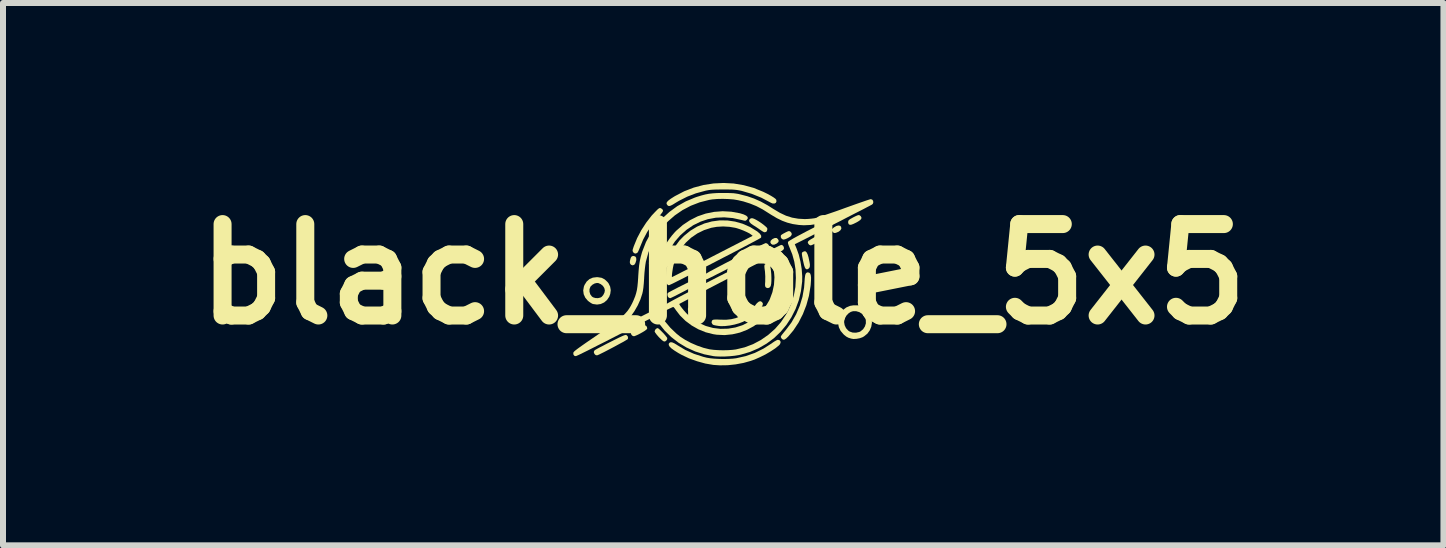
<source format=kicad_pcb>
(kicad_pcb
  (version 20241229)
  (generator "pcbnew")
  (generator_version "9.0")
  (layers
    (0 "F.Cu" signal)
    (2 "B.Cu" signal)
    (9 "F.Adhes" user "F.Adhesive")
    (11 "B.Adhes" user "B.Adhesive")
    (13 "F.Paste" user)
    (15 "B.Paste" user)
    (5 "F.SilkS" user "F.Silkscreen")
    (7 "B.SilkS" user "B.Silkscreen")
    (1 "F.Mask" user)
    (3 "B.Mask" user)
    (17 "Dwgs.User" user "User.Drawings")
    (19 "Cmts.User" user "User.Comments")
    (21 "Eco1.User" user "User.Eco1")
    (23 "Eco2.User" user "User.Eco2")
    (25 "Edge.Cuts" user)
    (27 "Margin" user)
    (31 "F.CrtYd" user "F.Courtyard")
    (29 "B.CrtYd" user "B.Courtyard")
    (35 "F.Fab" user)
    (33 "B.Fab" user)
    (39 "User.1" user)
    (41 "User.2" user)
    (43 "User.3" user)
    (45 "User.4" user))
  (footprint "black_hole_5x5"
    (layer "F.Cu")
    (at 9.006 1.52)
    (property "Reference" "black_hole_5x5" (at 0 0 0) (layer "F.SilkS") (effects (font (size 1.524 1.524) (thickness 0.3))))
    (attr board_only exclude_from_pos_files exclude_from_bom)
    (fp_poly (pts (xy 0.891 -0.602) (xy 0.913 -0.583) (xy 0.914 -0.581) (xy 0.925 -0.556) (xy 0.919 -0.535) (xy 0.896 -0.514) (xy 0.887 -0.508) (xy 0.849 -0.491) (xy 0.819 -0.492) (xy 0.797 -0.507) (xy 0.785 -0.532) (xy 0.792 -0.558) (xy 0.817 -0.582) (xy 0.824 -0.587) (xy 0.861 -0.603)) (stroke (width 0) (type solid)) (fill yes) (layer "F.SilkS"))
    (fp_poly (pts (xy 1.949 -0.806) (xy 1.964 -0.79) (xy 1.97 -0.762) (xy 1.956 -0.734) (xy 1.926 -0.709) (xy 1.916 -0.704) (xy 1.877 -0.688) (xy 1.85 -0.686) (xy 1.829 -0.698) (xy 1.823 -0.706) (xy 1.81 -0.728) (xy 1.811 -0.746) (xy 1.826 -0.764) (xy 1.848 -0.781) (xy 1.886 -0.803) (xy 1.921 -0.811)) (stroke (width 0) (type solid)) (fill yes) (layer "F.SilkS"))
    (fp_poly (pts (xy -1.467 -0.295) (xy -1.451 -0.273) (xy -1.449 -0.238) (xy -1.451 -0.226) (xy -1.464 -0.183) (xy -1.483 -0.156) (xy -1.509 -0.147) (xy -1.509 -0.147) (xy -1.534 -0.155) (xy -1.548 -0.169) (xy -1.556 -0.188) (xy -1.556 -0.213) (xy -1.552 -0.234) (xy -1.542 -0.271) (xy -1.528 -0.293) (xy -1.509 -0.302) (xy -1.494 -0.303)) (stroke (width 0) (type solid)) (fill yes) (layer "F.SilkS"))
    (fp_poly (pts (xy 0.644 0.463) (xy 0.649 0.469) (xy 0.661 0.49) (xy 0.658 0.515) (xy 0.641 0.547) (xy 0.615 0.58) (xy 0.585 0.609) (xy 0.561 0.623) (xy 0.54 0.622) (xy 0.526 0.613) (xy 0.509 0.592) (xy 0.507 0.568) (xy 0.52 0.538) (xy 0.548 0.5) (xy 0.565 0.481) (xy 0.595 0.457) (xy 0.62 0.451)) (stroke (width 0) (type solid)) (fill yes) (layer "F.SilkS"))
    (fp_poly (pts (xy -0.523 0.543) (xy -0.466 0.587) (xy -0.424 0.622) (xy -0.397 0.651) (xy -0.384 0.675) (xy -0.384 0.695) (xy -0.395 0.712) (xy -0.399 0.717) (xy -0.418 0.729) (xy -0.437 0.73) (xy -0.462 0.719) (xy -0.495 0.695) (xy -0.544 0.653) (xy -0.576 0.617) (xy -0.589 0.588) (xy -0.589 0.576) (xy -0.576 0.556) (xy -0.555 0.543) (xy -0.533 0.539)) (stroke (width 0) (type solid)) (fill yes) (layer "F.SilkS"))
    (fp_poly (pts (xy -0.995 0.379) (xy -0.98 0.401) (xy -0.979 0.426) (xy -0.983 0.441) (xy -0.994 0.455) (xy -1.015 0.47) (xy -1.051 0.49) (xy -1.06 0.495) (xy -1.112 0.521) (xy -1.151 0.534) (xy -1.18 0.536) (xy -1.199 0.526) (xy -1.2 0.526) (xy -1.21 0.504) (xy -1.21 0.478) (xy -1.204 0.463) (xy -1.19 0.452) (xy -1.163 0.435) (xy -1.128 0.416) (xy -1.092 0.398) (xy -1.058 0.382) (xy -1.032 0.373) (xy -1.023 0.371)) (stroke (width 0) (type solid)) (fill yes) (layer "F.SilkS"))
    (fp_poly (pts (xy 1.115 -0.712) (xy 1.119 -0.709) (xy 1.139 -0.686) (xy 1.142 -0.66) (xy 1.128 -0.635) (xy 1.126 -0.633) (xy 1.102 -0.616) (xy 1.07 -0.598) (xy 1.038 -0.584) (xy 1.012 -0.577) (xy 1.007 -0.576) (xy 0.985 -0.583) (xy 0.973 -0.592) (xy 0.959 -0.617) (xy 0.961 -0.645) (xy 0.965 -0.651) (xy 0.977 -0.66) (xy 1.001 -0.675) (xy 1.033 -0.692) (xy 1.034 -0.693) (xy 1.067 -0.709) (xy 1.088 -0.717) (xy 1.102 -0.717)) (stroke (width 0) (type solid)) (fill yes) (layer "F.SilkS"))
    (fp_poly (pts (xy 2.275 -0.981) (xy 2.288 -0.97) (xy 2.291 -0.968) (xy 2.304 -0.946) (xy 2.302 -0.924) (xy 2.284 -0.902) (xy 2.249 -0.878) (xy 2.219 -0.861) (xy 2.172 -0.838) (xy 2.138 -0.825) (xy 2.115 -0.822) (xy 2.098 -0.828) (xy 2.091 -0.835) (xy 2.083 -0.854) (xy 2.083 -0.876) (xy 2.087 -0.891) (xy 2.097 -0.904) (xy 2.118 -0.919) (xy 2.152 -0.938) (xy 2.164 -0.945) (xy 2.208 -0.967) (xy 2.238 -0.98) (xy 2.259 -0.985)) (stroke (width 0) (type solid)) (fill yes) (layer "F.SilkS"))
    (fp_poly (pts (xy -1.289 0.858) (xy -1.272 0.879) (xy -1.267 0.904) (xy -1.269 0.912) (xy -1.281 0.925) (xy -1.306 0.944) (xy -1.34 0.965) (xy -1.379 0.987) (xy -1.419 1.008) (xy -1.455 1.024) (xy -1.482 1.034) (xy -1.492 1.035) (xy -1.514 1.027) (xy -1.529 1.012) (xy -1.539 0.989) (xy -1.535 0.969) (xy -1.521 0.955) (xy -1.494 0.937) (xy -1.459 0.915) (xy -1.419 0.894) (xy -1.38 0.874) (xy -1.345 0.859) (xy -1.32 0.851) (xy -1.314 0.85)) (stroke (width 0) (type solid)) (fill yes) (layer "F.SilkS"))
    (fp_poly (pts (xy -1.08 0.906) (xy -1.059 0.924) (xy -1.032 0.95) (xy -1.003 0.979) (xy -0.975 1.01) (xy -0.952 1.038) (xy -0.936 1.059) (xy -0.935 1.061) (xy -0.933 1.081) (xy -0.944 1.102) (xy -0.964 1.119) (xy -0.981 1.123) (xy -0.999 1.117) (xy -1.024 1.098) (xy -1.058 1.065) (xy -1.074 1.049) (xy -1.108 1.01) (xy -1.132 0.978) (xy -1.143 0.957) (xy -1.143 0.953) (xy -1.135 0.928) (xy -1.116 0.908) (xy -1.092 0.899) (xy -1.092 0.899)) (stroke (width 0) (type solid)) (fill yes) (layer "F.SilkS"))
    (fp_poly (pts (xy 1.372 -0.38) (xy 1.391 -0.362) (xy 1.408 -0.327) (xy 1.424 -0.273) (xy 1.425 -0.265) (xy 1.438 -0.205) (xy 1.445 -0.161) (xy 1.444 -0.129) (xy 1.437 -0.108) (xy 1.424 -0.093) (xy 1.403 -0.081) (xy 1.387 -0.081) (xy 1.37 -0.095) (xy 1.37 -0.095) (xy 1.36 -0.114) (xy 1.348 -0.15) (xy 1.336 -0.201) (xy 1.329 -0.233) (xy 1.319 -0.283) (xy 1.313 -0.318) (xy 1.311 -0.34) (xy 1.312 -0.353) (xy 1.316 -0.361) (xy 1.324 -0.368) (xy 1.35 -0.381)) (stroke (width 0) (type solid)) (fill yes) (layer "F.SilkS"))
    (fp_poly (pts (xy 0.512 -0.924) (xy 0.55 -0.905) (xy 0.592 -0.88) (xy 0.634 -0.852) (xy 0.673 -0.823) (xy 0.705 -0.796) (xy 0.727 -0.775) (xy 0.734 -0.764) (xy 0.735 -0.745) (xy 0.729 -0.723) (xy 0.719 -0.707) (xy 0.712 -0.703) (xy 0.697 -0.7) (xy 0.692 -0.698) (xy 0.678 -0.701) (xy 0.654 -0.714) (xy 0.625 -0.733) (xy 0.588 -0.759) (xy 0.544 -0.789) (xy 0.505 -0.813) (xy 0.462 -0.843) (xy 0.437 -0.87) (xy 0.431 -0.894) (xy 0.439 -0.913) (xy 0.458 -0.929) (xy 0.481 -0.933)) (stroke (width 0) (type solid)) (fill yes) (layer "F.SilkS"))
    (fp_poly (pts (xy -1.012 -0.238) (xy -0.995 -0.228) (xy -0.985 -0.209) (xy -0.983 -0.181) (xy -0.987 -0.138) (xy -0.991 -0.111) (xy -0.998 -0.062) (xy -1.003 -0.003) (xy -1.006 0.055) (xy -1.006 0.073) (xy -1.007 0.126) (xy -1.011 0.163) (xy -1.017 0.183) (xy -1.018 0.184) (xy -1.041 0.194) (xy -1.068 0.192) (xy -1.089 0.18) (xy -1.097 0.162) (xy -1.102 0.128) (xy -1.104 0.082) (xy -1.104 0.029) (xy -1.102 -0.028) (xy -1.098 -0.085) (xy -1.091 -0.139) (xy -1.082 -0.184) (xy -1.078 -0.198) (xy -1.065 -0.219) (xy -1.043 -0.234) (xy -1.019 -0.24)) (stroke (width 0) (type solid)) (fill yes) (layer "F.SilkS"))
    (fp_poly (pts (xy 0.763 -0.169) (xy 0.77 -0.164) (xy 0.78 -0.141) (xy 0.789 -0.102) (xy 0.796 -0.054) (xy 0.801 0.001) (xy 0.803 0.058) (xy 0.803 0.111) (xy 0.8 0.158) (xy 0.793 0.192) (xy 0.79 0.202) (xy 0.77 0.225) (xy 0.744 0.233) (xy 0.718 0.226) (xy 0.71 0.22) (xy 0.702 0.209) (xy 0.698 0.192) (xy 0.697 0.166) (xy 0.7 0.125) (xy 0.7 0.117) (xy 0.701 0.037) (xy 0.696 -0.044) (xy 0.694 -0.058) (xy 0.688 -0.103) (xy 0.686 -0.132) (xy 0.688 -0.15) (xy 0.693 -0.161) (xy 0.713 -0.172) (xy 0.739 -0.175)) (stroke (width 0) (type solid)) (fill yes) (layer "F.SilkS"))
    (fp_poly (pts (xy 0.38 0.696) (xy 0.389 0.72) (xy 0.389 0.739) (xy 0.384 0.757) (xy 0.371 0.771) (xy 0.345 0.786) (xy 0.33 0.794) (xy 0.265 0.819) (xy 0.19 0.84) (xy 0.11 0.856) (xy 0.032 0.865) (xy -0.038 0.867) (xy -0.073 0.864) (xy -0.118 0.857) (xy -0.147 0.851) (xy -0.166 0.845) (xy -0.178 0.837) (xy -0.18 0.834) (xy -0.194 0.809) (xy -0.19 0.781) (xy -0.181 0.768) (xy -0.171 0.762) (xy -0.155 0.758) (xy -0.13 0.757) (xy -0.091 0.757) (xy -0.046 0.759) (xy 0.051 0.76) (xy 0.134 0.751) (xy 0.209 0.733) (xy 0.272 0.708) (xy 0.321 0.69) (xy 0.357 0.686)) (stroke (width 0) (type solid)) (fill yes) (layer "F.SilkS"))
    (fp_poly (pts (xy 1.756 -0.718) (xy 1.763 -0.715) (xy 1.781 -0.703) (xy 1.787 -0.685) (xy 1.786 -0.672) (xy 1.784 -0.66) (xy 1.779 -0.649) (xy 1.769 -0.638) (xy 1.75 -0.625) (xy 1.722 -0.608) (xy 1.68 -0.586) (xy 1.631 -0.56) (xy 1.581 -0.533) (xy 1.535 -0.511) (xy 1.496 -0.493) (xy 1.47 -0.482) (xy 1.458 -0.479) (xy 1.436 -0.487) (xy 1.421 -0.503) (xy 1.41 -0.523) (xy 1.412 -0.538) (xy 1.419 -0.55) (xy 1.433 -0.562) (xy 1.461 -0.581) (xy 1.5 -0.604) (xy 1.549 -0.631) (xy 1.585 -0.65) (xy 1.64 -0.678) (xy 1.681 -0.698) (xy 1.71 -0.711) (xy 1.73 -0.718) (xy 1.745 -0.72)) (stroke (width 0) (type solid)) (fill yes) (layer "F.SilkS"))
    (fp_poly (pts (xy -1.614 1.015) (xy -1.592 1.036) (xy -1.586 1.063) (xy -1.591 1.082) (xy -1.601 1.09) (xy -1.626 1.105) (xy -1.663 1.127) (xy -1.71 1.152) (xy -1.763 1.181) (xy -1.82 1.212) (xy -1.879 1.243) (xy -1.936 1.273) (xy -1.988 1.3) (xy -2.035 1.323) (xy -2.071 1.341) (xy -2.096 1.351) (xy -2.101 1.353) (xy -2.122 1.351) (xy -2.139 1.339) (xy -2.156 1.312) (xy -2.155 1.286) (xy -2.142 1.268) (xy -2.129 1.26) (xy -2.101 1.244) (xy -2.06 1.222) (xy -2.009 1.196) (xy -1.951 1.165) (xy -1.887 1.133) (xy -1.879 1.129) (xy -1.806 1.092) (xy -1.748 1.063) (xy -1.703 1.042) (xy -1.67 1.027) (xy -1.646 1.018) (xy -1.629 1.013) (xy -1.619 1.013)) (stroke (width 0) (type solid)) (fill yes) (layer "F.SilkS"))
    (fp_poly (pts (xy -1.04 -1.099) (xy -1.018 -1.085) (xy -1.005 -1.067) (xy -1.004 -1.057) (xy -1.008 -1.043) (xy -1.02 -1.024) (xy -1.041 -0.997) (xy -1.073 -0.96) (xy -1.085 -0.946) (xy -1.185 -0.824) (xy -1.268 -0.702) (xy -1.335 -0.576) (xy -1.39 -0.443) (xy -1.391 -0.44) (xy -1.406 -0.403) (xy -1.42 -0.373) (xy -1.432 -0.356) (xy -1.433 -0.354) (xy -1.461 -0.343) (xy -1.486 -0.35) (xy -1.501 -0.366) (xy -1.508 -0.38) (xy -1.511 -0.393) (xy -1.508 -0.412) (xy -1.499 -0.44) (xy -1.49 -0.467) (xy -1.435 -0.601) (xy -1.365 -0.734) (xy -1.283 -0.86) (xy -1.193 -0.976) (xy -1.153 -1.019) (xy -1.117 -1.056) (xy -1.092 -1.081) (xy -1.074 -1.095) (xy -1.061 -1.102) (xy -1.05 -1.102)) (stroke (width 0) (type solid)) (fill yes) (layer "F.SilkS"))
    (fp_poly (pts (xy -0.37 0.057) (xy -0.353 0.077) (xy -0.347 0.102) (xy -0.351 0.116) (xy -0.361 0.124) (xy -0.387 0.14) (xy -0.424 0.161) (xy -0.471 0.187) (xy -0.524 0.217) (xy -0.582 0.248) (xy -0.642 0.28) (xy -0.701 0.311) (xy -0.756 0.339) (xy -0.804 0.364) (xy -0.844 0.383) (xy -0.872 0.396) (xy -0.886 0.401) (xy -0.886 0.401) (xy -0.9 0.395) (xy -0.913 0.388) (xy -0.925 0.369) (xy -0.93 0.343) (xy -0.927 0.32) (xy -0.922 0.313) (xy -0.909 0.304) (xy -0.881 0.289) (xy -0.842 0.268) (xy -0.793 0.243) (xy -0.738 0.214) (xy -0.679 0.185) (xy -0.62 0.155) (xy -0.562 0.127) (xy -0.508 0.101) (xy -0.462 0.078) (xy -0.425 0.062) (xy -0.401 0.051) (xy -0.393 0.049)) (stroke (width 0) (type solid)) (fill yes) (layer "F.SilkS"))
    (fp_poly (pts (xy 1.433 -0.025) (xy 1.449 -0.011) (xy 1.459 0.015) (xy 1.464 0.055) (xy 1.463 0.109) (xy 1.458 0.18) (xy 1.455 0.203) (xy 1.429 0.362) (xy 1.386 0.517) (xy 1.328 0.666) (xy 1.256 0.807) (xy 1.17 0.937) (xy 1.086 1.037) (xy 1.05 1.072) (xy 1.022 1.091) (xy 0.998 1.093) (xy 0.979 1.08) (xy 0.971 1.069) (xy 0.961 1.052) (xy 0.961 1.038) (xy 0.972 1.02) (xy 0.977 1.013) (xy 0.996 0.989) (xy 1.021 0.958) (xy 1.046 0.928) (xy 1.138 0.805) (xy 1.215 0.67) (xy 1.276 0.527) (xy 1.321 0.378) (xy 1.348 0.224) (xy 1.355 0.132) (xy 1.359 0.07) (xy 1.365 0.026) (xy 1.373 -0.004) (xy 1.386 -0.021) (xy 1.402 -0.029) (xy 1.411 -0.029)) (stroke (width 0) (type solid)) (fill yes) (layer "F.SilkS"))
    (fp_poly (pts (xy 0.135 -1.041) (xy 0.278 -1.015) (xy 0.34 -0.996) (xy 0.382 -0.976) (xy 0.406 -0.954) (xy 0.41 -0.931) (xy 0.394 -0.907) (xy 0.39 -0.903) (xy 0.379 -0.894) (xy 0.367 -0.89) (xy 0.35 -0.892) (xy 0.322 -0.899) (xy 0.305 -0.903) (xy 0.159 -0.935) (xy 0.016 -0.947) (xy -0.123 -0.941) (xy -0.257 -0.916) (xy -0.376 -0.876) (xy -0.499 -0.816) (xy -0.612 -0.739) (xy -0.715 -0.648) (xy -0.805 -0.545) (xy -0.88 -0.431) (xy -0.899 -0.393) (xy -0.928 -0.342) (xy -0.952 -0.309) (xy -0.973 -0.294) (xy -0.979 -0.293) (xy -0.989 -0.298) (xy -1.004 -0.308) (xy -1.02 -0.327) (xy -1.026 -0.345) (xy -1.019 -0.377) (xy -1.001 -0.42) (xy -0.974 -0.472) (xy -0.939 -0.528) (xy -0.899 -0.586) (xy -0.855 -0.644) (xy -0.809 -0.697) (xy -0.783 -0.724) (xy -0.673 -0.82) (xy -0.553 -0.9) (xy -0.426 -0.964) (xy -0.291 -1.01) (xy -0.152 -1.038) (xy -0.009 -1.049)) (stroke (width 0) (type solid)) (fill yes) (layer "F.SilkS"))
    (fp_poly (pts (xy 0.731 -0.511) (xy 0.748 -0.498) (xy 0.755 -0.488) (xy 0.76 -0.48) (xy 0.76 -0.47) (xy 0.755 -0.46) (xy 0.743 -0.448) (xy 0.724 -0.433) (xy 0.696 -0.414) (xy 0.657 -0.392) (xy 0.608 -0.364) (xy 0.546 -0.331) (xy 0.471 -0.292) (xy 0.381 -0.245) (xy 0.275 -0.191) (xy 0.234 -0.17) (xy 0.142 -0.123) (xy 0.055 -0.079) (xy -0.025 -0.038) (xy -0.097 -0.002) (xy -0.159 0.03) (xy -0.21 0.055) (xy -0.248 0.074) (xy -0.272 0.085) (xy -0.279 0.088) (xy -0.295 0.082) (xy -0.304 0.076) (xy -0.324 0.052) (xy -0.323 0.026) (xy -0.31 0.006) (xy -0.297 -0.003) (xy -0.269 -0.019) (xy -0.228 -0.043) (xy -0.175 -0.071) (xy -0.112 -0.105) (xy -0.041 -0.142) (xy 0.035 -0.182) (xy 0.115 -0.223) (xy 0.197 -0.266) (xy 0.28 -0.308) (xy 0.36 -0.349) (xy 0.437 -0.387) (xy 0.507 -0.423) (xy 0.571 -0.454) (xy 0.625 -0.48) (xy 0.667 -0.5) (xy 0.696 -0.513) (xy 0.71 -0.518) (xy 0.71 -0.518)) (stroke (width 0) (type solid)) (fill yes) (layer "F.SilkS"))
    (fp_poly (pts (xy -2.089 0.051) (xy -2.027 0.061) (xy -1.975 0.088) (xy -1.929 0.131) (xy -1.911 0.154) (xy -1.885 0.208) (xy -1.875 0.267) (xy -1.883 0.329) (xy -1.9 0.376) (xy -1.937 0.431) (xy -1.985 0.472) (xy -2.042 0.498) (xy -2.104 0.507) (xy -2.169 0.498) (xy -2.177 0.496) (xy -2.202 0.483) (xy -2.233 0.462) (xy -2.257 0.443) (xy -2.3 0.392) (xy -2.326 0.334) (xy -2.331 0.294) (xy -2.229 0.294) (xy -2.216 0.337) (xy -2.19 0.372) (xy -2.17 0.386) (xy -2.132 0.398) (xy -2.089 0.4) (xy -2.049 0.391) (xy -2.027 0.379) (xy -2 0.348) (xy -1.98 0.308) (xy -1.973 0.271) (xy -1.982 0.232) (xy -2.006 0.195) (xy -2.041 0.167) (xy -2.081 0.149) (xy -2.105 0.147) (xy -2.142 0.155) (xy -2.18 0.176) (xy -2.21 0.205) (xy -2.214 0.21) (xy -2.229 0.25) (xy -2.229 0.294) (xy -2.331 0.294) (xy -2.334 0.272) (xy -2.323 0.209) (xy -2.312 0.18) (xy -2.276 0.123) (xy -2.229 0.082) (xy -2.173 0.058) (xy -2.105 0.05)) (stroke (width 0) (type solid)) (fill yes) (layer "F.SilkS"))
    (fp_poly (pts (xy 0.939 1.101) (xy 0.954 1.119) (xy 0.956 1.144) (xy 0.943 1.172) (xy 0.927 1.189) (xy 0.866 1.238) (xy 0.79 1.288) (xy 0.705 1.338) (xy 0.614 1.383) (xy 0.524 1.423) (xy 0.459 1.446) (xy 0.338 1.48) (xy 0.208 1.504) (xy 0.075 1.518) (xy -0.056 1.52) (xy -0.165 1.513) (xy -0.299 1.49) (xy -0.436 1.452) (xy -0.572 1.403) (xy -0.698 1.343) (xy -0.751 1.313) (xy -0.816 1.272) (xy -0.864 1.237) (xy -0.894 1.207) (xy -0.908 1.181) (xy -0.907 1.159) (xy -0.897 1.145) (xy -0.878 1.135) (xy -0.852 1.137) (xy -0.817 1.152) (xy -0.77 1.18) (xy -0.768 1.182) (xy -0.633 1.263) (xy -0.486 1.329) (xy -0.33 1.379) (xy -0.274 1.393) (xy -0.219 1.402) (xy -0.151 1.409) (xy -0.073 1.413) (xy 0.008 1.415) (xy 0.087 1.413) (xy 0.158 1.409) (xy 0.216 1.402) (xy 0.376 1.366) (xy 0.527 1.313) (xy 0.672 1.241) (xy 0.811 1.152) (xy 0.818 1.146) (xy 0.852 1.123) (xy 0.883 1.105) (xy 0.906 1.095) (xy 0.911 1.094)) (stroke (width 0) (type solid)) (fill yes) (layer "F.SilkS"))
    (fp_poly (pts (xy 0.175 -1.511) (xy 0.342 -1.483) (xy 0.506 -1.438) (xy 0.664 -1.374) (xy 0.679 -1.367) (xy 0.742 -1.336) (xy 0.796 -1.306) (xy 0.84 -1.279) (xy 0.87 -1.257) (xy 0.884 -1.24) (xy 0.885 -1.239) (xy 0.887 -1.208) (xy 0.875 -1.187) (xy 0.852 -1.177) (xy 0.82 -1.179) (xy 0.793 -1.191) (xy 0.636 -1.274) (xy 0.475 -1.339) (xy 0.311 -1.387) (xy 0.302 -1.389) (xy 0.263 -1.397) (xy 0.228 -1.403) (xy 0.191 -1.407) (xy 0.149 -1.41) (xy 0.098 -1.411) (xy 0.033 -1.412) (xy 0 -1.412) (xy -0.072 -1.411) (xy -0.129 -1.41) (xy -0.174 -1.408) (xy -0.213 -1.405) (xy -0.248 -1.4) (xy -0.285 -1.393) (xy -0.302 -1.389) (xy -0.456 -1.347) (xy -0.599 -1.292) (xy -0.736 -1.223) (xy -0.795 -1.188) (xy -0.84 -1.16) (xy -0.873 -1.143) (xy -0.896 -1.136) (xy -0.913 -1.137) (xy -0.927 -1.146) (xy -0.931 -1.151) (xy -0.943 -1.169) (xy -0.945 -1.187) (xy -0.934 -1.207) (xy -0.911 -1.23) (xy -0.873 -1.258) (xy -0.818 -1.293) (xy -0.799 -1.304) (xy -0.649 -1.382) (xy -0.491 -1.443) (xy -0.328 -1.486) (xy -0.162 -1.512) (xy 0.007 -1.52)) (stroke (width 0) (type solid)) (fill yes) (layer "F.SilkS"))
    (fp_poly (pts (xy 2.238 0.52) (xy 2.296 0.533) (xy 2.349 0.56) (xy 2.369 0.575) (xy 2.42 0.625) (xy 2.455 0.683) (xy 2.474 0.746) (xy 2.479 0.811) (xy 2.468 0.876) (xy 2.443 0.937) (xy 2.403 0.992) (xy 2.349 1.036) (xy 2.324 1.051) (xy 2.277 1.068) (xy 2.224 1.078) (xy 2.172 1.081) (xy 2.135 1.075) (xy 2.089 1.061) (xy 2.053 1.042) (xy 2.017 1.014) (xy 2.003 1) (xy 1.957 0.946) (xy 1.928 0.886) (xy 1.915 0.823) (xy 1.916 0.799) (xy 2.015 0.799) (xy 2.024 0.851) (xy 2.047 0.9) (xy 2.083 0.94) (xy 2.108 0.957) (xy 2.158 0.974) (xy 2.214 0.976) (xy 2.268 0.964) (xy 2.29 0.953) (xy 2.332 0.918) (xy 2.362 0.872) (xy 2.378 0.82) (xy 2.377 0.766) (xy 2.374 0.753) (xy 2.351 0.703) (xy 2.315 0.662) (xy 2.269 0.633) (xy 2.217 0.618) (xy 2.163 0.618) (xy 2.127 0.629) (xy 2.091 0.652) (xy 2.057 0.687) (xy 2.031 0.727) (xy 2.022 0.748) (xy 2.015 0.799) (xy 1.916 0.799) (xy 1.917 0.76) (xy 1.932 0.699) (xy 1.96 0.642) (xy 2.001 0.594) (xy 2.052 0.555) (xy 2.114 0.529) (xy 2.169 0.52)) (stroke (width 0) (type solid)) (fill yes) (layer "F.SilkS"))
    (fp_poly (pts (xy 0.069 -0.895) (xy 0.198 -0.876) (xy 0.324 -0.84) (xy 0.447 -0.786) (xy 0.564 -0.714) (xy 0.572 -0.708) (xy 0.611 -0.674) (xy 0.632 -0.643) (xy 0.633 -0.616) (xy 0.628 -0.607) (xy 0.618 -0.6) (xy 0.593 -0.586) (xy 0.553 -0.564) (xy 0.5 -0.536) (xy 0.436 -0.502) (xy 0.362 -0.463) (xy 0.28 -0.42) (xy 0.191 -0.373) (xy 0.097 -0.324) (xy -0.001 -0.274) (xy -0.101 -0.222) (xy -0.201 -0.17) (xy -0.3 -0.119) (xy -0.397 -0.069) (xy -0.49 -0.022) (xy -0.578 0.023) (xy -0.658 0.064) (xy -0.73 0.1) (xy -0.791 0.131) (xy -0.841 0.156) (xy -0.878 0.173) (xy -0.9 0.183) (xy -0.906 0.186) (xy -0.921 0.179) (xy -0.939 0.165) (xy -0.948 0.155) (xy -0.954 0.143) (xy -0.957 0.126) (xy -0.957 0.1) (xy -0.956 0.061) (xy -0.955 0.042) (xy -0.856 0.042) (xy -0.854 0.049) (xy -0.844 0.044) (xy -0.819 0.032) (xy -0.779 0.012) (xy -0.726 -0.015) (xy -0.66 -0.049) (xy -0.584 -0.087) (xy -0.499 -0.131) (xy -0.405 -0.179) (xy -0.305 -0.23) (xy -0.2 -0.284) (xy -0.179 -0.295) (xy 0.491 -0.639) (xy 0.468 -0.658) (xy 0.437 -0.679) (xy 0.392 -0.702) (xy 0.338 -0.726) (xy 0.281 -0.748) (xy 0.226 -0.766) (xy 0.199 -0.773) (xy 0.102 -0.789) (xy -0.002 -0.795) (xy -0.106 -0.789) (xy -0.198 -0.773) (xy -0.319 -0.734) (xy -0.431 -0.679) (xy -0.533 -0.609) (xy -0.623 -0.526) (xy -0.701 -0.432) (xy -0.764 -0.327) (xy -0.81 -0.214) (xy -0.83 -0.145) (xy -0.839 -0.101) (xy -0.846 -0.056) (xy -0.852 -0.015) (xy -0.855 0.019) (xy -0.856 0.042) (xy -0.955 0.042) (xy -0.954 0.026) (xy -0.944 -0.085) (xy -0.925 -0.185) (xy -0.894 -0.279) (xy -0.86 -0.357) (xy -0.799 -0.466) (xy -0.729 -0.561) (xy -0.655 -0.637) (xy -0.548 -0.724) (xy -0.434 -0.793) (xy -0.313 -0.845) (xy -0.188 -0.879) (xy -0.06 -0.896)) (stroke (width 0) (type solid)) (fill yes) (layer "F.SilkS"))
    (fp_poly (pts (xy 0.991 -0.48) (xy 1.007 -0.459) (xy 1.013 -0.434) (xy 1.012 -0.425) (xy 1.002 -0.407) (xy 0.979 -0.389) (xy 0.945 -0.37) (xy 0.914 -0.355) (xy 0.891 -0.343) (xy 0.881 -0.337) (xy 0.881 -0.337) (xy 0.882 -0.326) (xy 0.888 -0.303) (xy 0.899 -0.269) (xy 0.903 -0.257) (xy 0.939 -0.12) (xy 0.955 0.015) (xy 0.952 0.149) (xy 0.93 0.282) (xy 0.905 0.366) (xy 0.854 0.489) (xy 0.786 0.602) (xy 0.706 0.703) (xy 0.613 0.792) (xy 0.51 0.867) (xy 0.397 0.928) (xy 0.278 0.974) (xy 0.153 1.003) (xy 0.024 1.016) (xy -0.107 1.01) (xy -0.166 1.001) (xy -0.292 0.969) (xy -0.413 0.92) (xy -0.526 0.856) (xy -0.629 0.779) (xy -0.72 0.689) (xy -0.788 0.601) (xy -0.807 0.573) (xy -0.823 0.554) (xy -0.832 0.547) (xy -0.845 0.551) (xy -0.869 0.562) (xy -0.899 0.576) (xy -0.936 0.594) (xy -0.962 0.603) (xy -0.979 0.603) (xy -0.994 0.594) (xy -1.002 0.586) (xy -1.008 0.579) (xy -1.014 0.572) (xy -1.017 0.565) (xy -1.018 0.558) (xy -1.014 0.55) (xy -1.006 0.54) (xy -0.992 0.528) (xy -0.972 0.514) (xy -0.947 0.498) (xy -0.733 0.498) (xy -0.726 0.512) (xy -0.71 0.537) (xy -0.685 0.569) (xy -0.656 0.605) (xy -0.624 0.641) (xy -0.603 0.663) (xy -0.508 0.747) (xy -0.403 0.814) (xy -0.29 0.864) (xy -0.17 0.897) (xy -0.046 0.912) (xy 0.081 0.909) (xy 0.202 0.889) (xy 0.319 0.852) (xy 0.43 0.797) (xy 0.532 0.727) (xy 0.623 0.643) (xy 0.702 0.547) (xy 0.766 0.44) (xy 0.777 0.417) (xy 0.82 0.3) (xy 0.846 0.178) (xy 0.854 0.053) (xy 0.844 -0.074) (xy 0.817 -0.197) (xy 0.804 -0.237) (xy 0.793 -0.263) (xy 0.782 -0.279) (xy 0.777 -0.281) (xy 0.765 -0.276) (xy 0.738 -0.263) (xy 0.697 -0.242) (xy 0.643 -0.215) (xy 0.578 -0.182) (xy 0.504 -0.144) (xy 0.422 -0.102) (xy 0.333 -0.057) (xy 0.24 -0.009) (xy 0.143 0.041) (xy 0.044 0.092) (xy -0.055 0.143) (xy -0.153 0.194) (xy -0.248 0.243) (xy -0.339 0.29) (xy -0.424 0.335) (xy -0.502 0.375) (xy -0.571 0.411) (xy -0.63 0.442) (xy -0.677 0.467) (xy -0.711 0.485) (xy -0.729 0.495) (xy -0.733 0.498) (xy -0.947 0.498) (xy -0.945 0.496) (xy -0.909 0.475) (xy -0.864 0.45) (xy -0.809 0.42) (xy -0.743 0.385) (xy -0.665 0.344) (xy -0.575 0.297) (xy -0.471 0.243) (xy -0.352 0.182) (xy -0.218 0.113) (xy -0.068 0.036) (xy -0.024 0.014) (xy 0.105 -0.052) (xy 0.229 -0.116) (xy 0.347 -0.177) (xy 0.459 -0.234) (xy 0.562 -0.286) (xy 0.657 -0.334) (xy 0.741 -0.376) (xy 0.813 -0.413) (xy 0.873 -0.443) (xy 0.92 -0.466) (xy 0.951 -0.481) (xy 0.967 -0.488) (xy 0.968 -0.488)) (stroke (width 0) (type solid)) (fill yes) (layer "F.SilkS"))
    (fp_poly (pts (xy 0.07 -1.353) (xy 0.125 -1.351) (xy 0.17 -1.349) (xy 0.209 -1.344) (xy 0.247 -1.338) (xy 0.282 -1.33) (xy 0.402 -1.299) (xy 0.514 -1.26) (xy 0.624 -1.211) (xy 0.736 -1.15) (xy 0.839 -1.085) (xy 0.945 -1.022) (xy 1.047 -0.974) (xy 1.148 -0.942) (xy 1.252 -0.924) (xy 1.358 -0.918) (xy 1.411 -0.92) (xy 1.467 -0.925) (xy 1.517 -0.931) (xy 1.532 -0.934) (xy 1.556 -0.94) (xy 1.597 -0.953) (xy 1.652 -0.971) (xy 1.718 -0.993) (xy 1.794 -1.019) (xy 1.876 -1.047) (xy 1.963 -1.078) (xy 2.023 -1.1) (xy 2.11 -1.131) (xy 2.191 -1.16) (xy 2.265 -1.186) (xy 2.329 -1.208) (xy 2.383 -1.227) (xy 2.424 -1.24) (xy 2.45 -1.248) (xy 2.459 -1.25) (xy 2.483 -1.243) (xy 2.498 -1.223) (xy 2.502 -1.198) (xy 2.494 -1.173) (xy 2.479 -1.159) (xy 2.467 -1.153) (xy 2.44 -1.138) (xy 2.399 -1.117) (xy 2.346 -1.089) (xy 2.282 -1.056) (xy 2.209 -1.019) (xy 2.129 -0.978) (xy 2.044 -0.934) (xy 1.956 -0.888) (xy 1.865 -0.842) (xy 1.775 -0.795) (xy 1.686 -0.75) (xy 1.6 -0.706) (xy 1.519 -0.664) (xy 1.445 -0.626) (xy 1.38 -0.593) (xy 1.325 -0.565) (xy 1.281 -0.543) (xy 1.263 -0.534) (xy 1.193 -0.499) (xy 1.221 -0.432) (xy 1.259 -0.326) (xy 1.288 -0.208) (xy 1.308 -0.086) (xy 1.317 0.034) (xy 1.316 0.122) (xy 1.296 0.282) (xy 1.26 0.435) (xy 1.206 0.581) (xy 1.137 0.718) (xy 1.053 0.846) (xy 0.956 0.962) (xy 0.846 1.067) (xy 0.723 1.158) (xy 0.59 1.235) (xy 0.448 1.296) (xy 0.296 1.341) (xy 0.261 1.349) (xy 0.192 1.36) (xy 0.113 1.368) (xy 0.03 1.373) (xy -0.051 1.374) (xy -0.123 1.371) (xy -0.161 1.367) (xy -0.318 1.336) (xy -0.469 1.288) (xy -0.612 1.223) (xy -0.745 1.143) (xy -0.867 1.048) (xy -0.977 0.94) (xy -1.073 0.82) (xy -1.092 0.792) (xy -1.149 0.706) (xy -1.793 1.036) (xy -1.898 1.09) (xy -1.998 1.141) (xy -2.092 1.188) (xy -2.178 1.232) (xy -2.255 1.271) (xy -2.322 1.304) (xy -2.377 1.331) (xy -2.419 1.351) (xy -2.447 1.363) (xy -2.458 1.367) (xy -2.484 1.36) (xy -2.498 1.338) (xy -2.499 1.313) (xy -2.497 1.305) (xy -2.49 1.296) (xy -2.478 1.283) (xy -2.458 1.267) (xy -2.431 1.246) (xy -2.394 1.219) (xy -2.346 1.185) (xy -2.286 1.143) (xy -2.212 1.092) (xy -2.13 1.036) (xy -2.021 0.961) (xy -1.926 0.895) (xy -1.925 0.894) (xy -1.749 0.894) (xy -1.744 0.899) (xy -1.739 0.894) (xy -1.744 0.889) (xy -1.749 0.894) (xy -1.925 0.894) (xy -1.902 0.877) (xy -1.719 0.877) (xy -1.714 0.876) (xy -1.694 0.867) (xy -1.66 0.851) (xy -1.614 0.828) (xy -1.558 0.801) (xy -1.494 0.769) (xy -1.429 0.736) (xy -1.346 0.694) (xy -1.278 0.66) (xy -1.225 0.634) (xy -1.183 0.615) (xy -1.153 0.601) (xy -1.131 0.594) (xy -1.117 0.59) (xy -1.108 0.591) (xy -1.107 0.592) (xy -1.094 0.605) (xy -1.075 0.63) (xy -1.054 0.663) (xy -1.048 0.673) (xy -0.972 0.786) (xy -0.882 0.893) (xy -0.781 0.99) (xy -0.718 1.041) (xy -0.635 1.095) (xy -0.539 1.146) (xy -0.435 1.191) (xy -0.329 1.228) (xy -0.228 1.253) (xy -0.219 1.254) (xy -0.157 1.262) (xy -0.081 1.267) (xy 0.00006 1.269) (xy 0.081 1.267) (xy 0.156 1.262) (xy 0.211 1.255) (xy 0.357 1.22) (xy 0.497 1.167) (xy 0.629 1.097) (xy 0.751 1.012) (xy 0.863 0.913) (xy 0.961 0.801) (xy 1.045 0.676) (xy 1.077 0.619) (xy 1.137 0.487) (xy 1.178 0.353) (xy 1.203 0.215) (xy 1.211 0.067) (xy 1.211 0.059) (xy 1.205 -0.079) (xy 1.185 -0.207) (xy 1.151 -0.33) (xy 1.106 -0.442) (xy 1.089 -0.484) (xy 1.08 -0.512) (xy 1.079 -0.531) (xy 1.081 -0.538) (xy 1.092 -0.549) (xy 1.122 -0.568) (xy 1.168 -0.595) (xy 1.23 -0.629) (xy 1.309 -0.671) (xy 1.392 -0.715) (xy 1.462 -0.751) (xy 1.525 -0.783) (xy 1.579 -0.812) (xy 1.623 -0.835) (xy 1.655 -0.852) (xy 1.673 -0.862) (xy 1.675 -0.865) (xy 1.568 -0.837) (xy 1.455 -0.82) (xy 1.344 -0.815) (xy 1.26 -0.82) (xy 1.16 -0.835) (xy 1.07 -0.858) (xy 1.026 -0.874) (xy 1.7 -0.874) (xy 1.705 -0.869) (xy 1.71 -0.874) (xy 1.705 -0.879) (xy 1.7 -0.874) (xy 1.026 -0.874) (xy 0.983 -0.89) (xy 0.895 -0.933) (xy 0.802 -0.988) (xy 0.769 -1.009) (xy 0.658 -1.079) (xy 0.553 -1.134) (xy 0.447 -1.177) (xy 0.337 -1.212) (xy 0.251 -1.232) (xy 0.175 -1.245) (xy 0.087 -1.252) (xy -0.007 -1.255) (xy -0.099 -1.253) (xy -0.183 -1.246) (xy -0.237 -1.237) (xy -0.393 -1.197) (xy -0.541 -1.14) (xy -0.679 -1.067) (xy -0.806 -0.98) (xy -0.922 -0.879) (xy -1.025 -0.766) (xy -1.114 -0.641) (xy -1.189 -0.506) (xy -1.247 -0.362) (xy -1.289 -0.21) (xy -1.29 -0.205) (xy -1.298 -0.155) (xy -1.306 -0.09) (xy -1.313 -0.018) (xy -1.318 0.057) (xy -1.318 0.066) (xy -1.324 0.155) (xy -1.331 0.227) (xy -1.34 0.286) (xy -1.348 0.322) (xy -1.38 0.421) (xy -1.425 0.521) (xy -1.48 0.617) (xy -1.542 0.705) (xy -1.609 0.78) (xy -1.644 0.812) (xy -1.674 0.838) (xy -1.7 0.86) (xy -1.717 0.875) (xy -1.719 0.877) (xy -1.902 0.877) (xy -1.846 0.836) (xy -1.778 0.785) (xy -1.72 0.738) (xy -1.671 0.695) (xy -1.631 0.654) (xy -1.596 0.614) (xy -1.567 0.573) (xy -1.541 0.53) (xy -1.517 0.484) (xy -1.494 0.434) (xy -1.489 0.421) (xy -1.468 0.37) (xy -1.452 0.319) (xy -1.439 0.265) (xy -1.43 0.205) (xy -1.423 0.133) (xy -1.417 0.046) (xy -1.417 0.039) (xy -1.41 -0.06) (xy -1.402 -0.145) (xy -1.39 -0.221) (xy -1.374 -0.292) (xy -1.354 -0.364) (xy -1.347 -0.384) (xy -1.288 -0.535) (xy -1.212 -0.677) (xy -1.121 -0.809) (xy -1.015 -0.93) (xy -0.896 -1.038) (xy -0.766 -1.133) (xy -0.624 -1.213) (xy -0.474 -1.276) (xy -0.44 -1.288) (xy -0.365 -1.311) (xy -0.3 -1.328) (xy -0.238 -1.34) (xy -0.175 -1.347) (xy -0.103 -1.352) (xy -0.019 -1.353) (xy 0 -1.353)) (stroke (width 0) (type solid)) (fill yes) (layer "F.SilkS")))
  (gr_rect
    (start -3 -3)
    (end 21.012 6.041)
    (stroke (width 0.1) (type default))
    (fill no)
    (layer "Edge.Cuts")))
</source>
